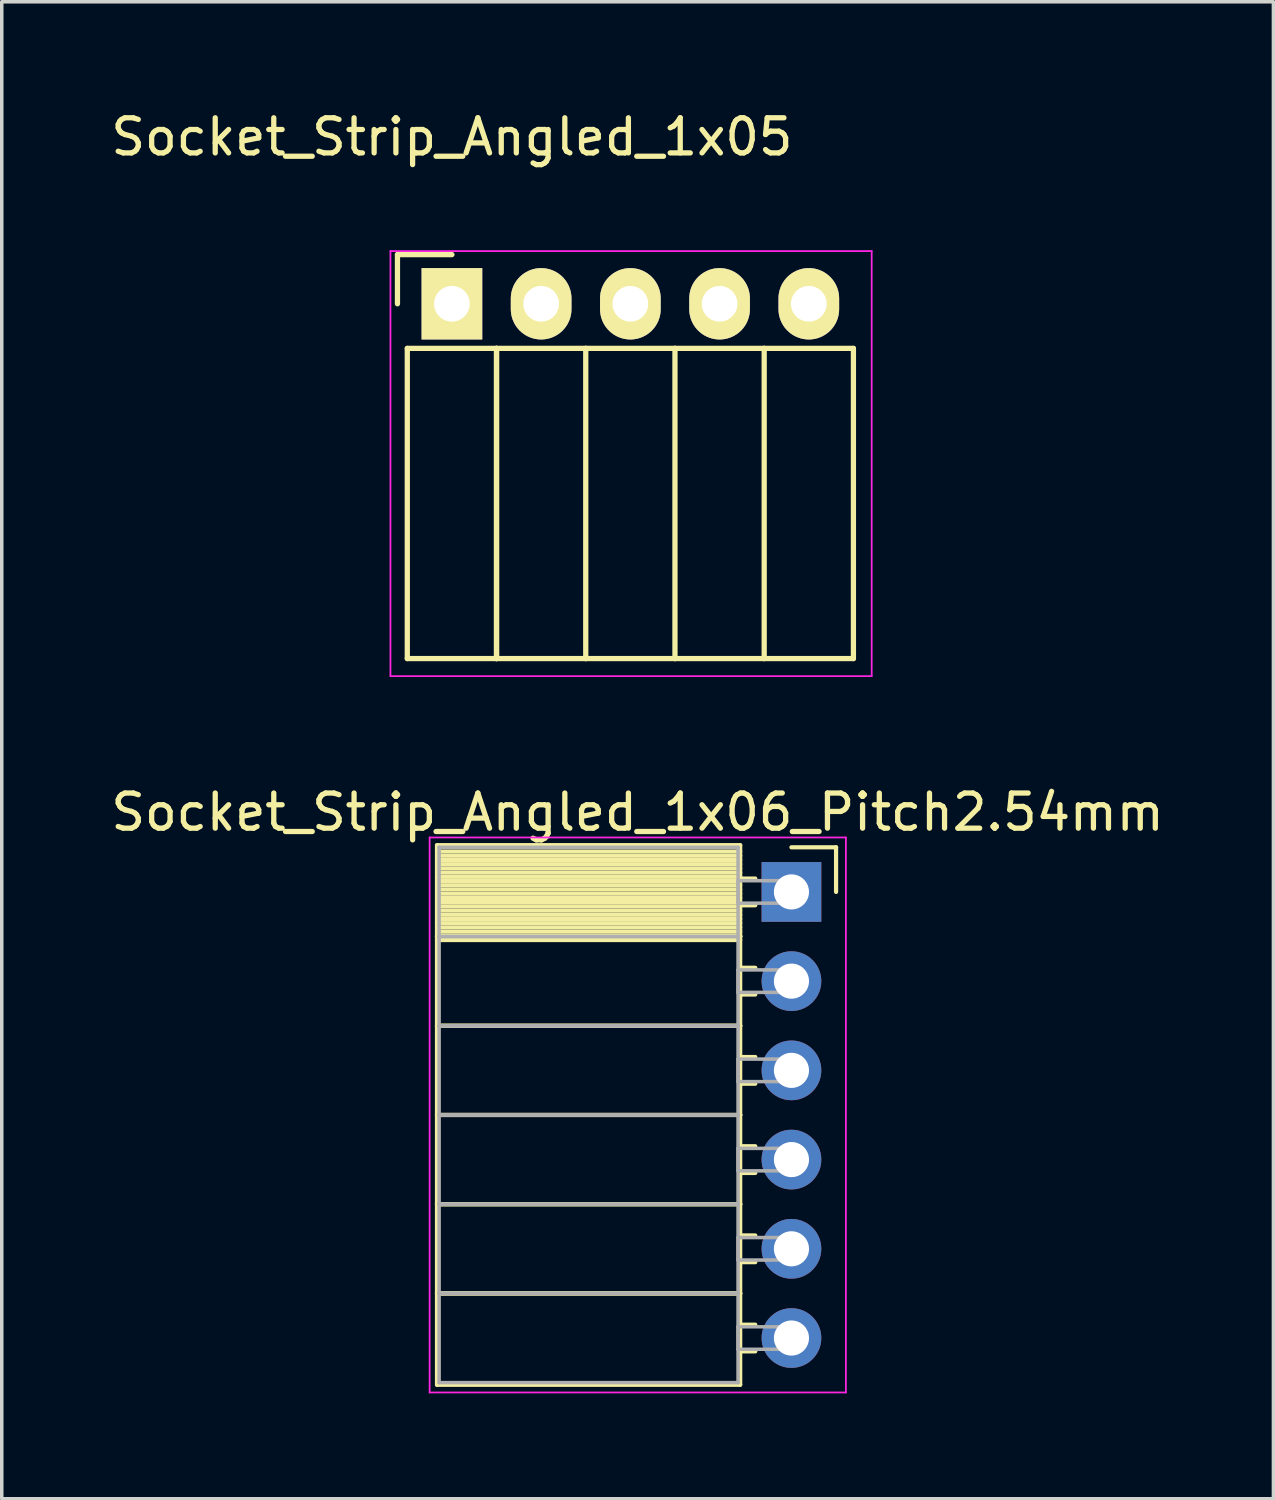
<source format=kicad_pcb>
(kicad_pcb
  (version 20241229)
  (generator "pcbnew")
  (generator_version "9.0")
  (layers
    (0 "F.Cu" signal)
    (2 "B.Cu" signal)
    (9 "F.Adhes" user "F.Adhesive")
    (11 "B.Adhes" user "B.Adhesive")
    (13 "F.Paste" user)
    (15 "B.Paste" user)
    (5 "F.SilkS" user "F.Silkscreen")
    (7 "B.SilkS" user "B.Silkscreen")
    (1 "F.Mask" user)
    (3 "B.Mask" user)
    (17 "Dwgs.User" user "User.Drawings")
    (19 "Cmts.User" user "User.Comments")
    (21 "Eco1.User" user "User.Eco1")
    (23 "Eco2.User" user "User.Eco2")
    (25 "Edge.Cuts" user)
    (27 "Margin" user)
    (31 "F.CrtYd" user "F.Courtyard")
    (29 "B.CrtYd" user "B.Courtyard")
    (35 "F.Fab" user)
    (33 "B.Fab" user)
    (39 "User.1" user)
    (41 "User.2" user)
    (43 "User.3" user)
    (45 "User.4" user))
  (footprint "Socket_Strip_Angled_1x05"
    (layer "F.Cu")
    (at 9.815 5.598)
    (property "Reference" "Socket_Strip_Angled_1x05" (at 0 -4.75 0) (layer "F.SilkS") (effects (font (size 1 1) (thickness 0.15))))
    (attr through_hole)
    (fp_line (start -1.55 -1.4) (end -1.55 0) (stroke (width 0.15) (type solid)) (layer "F.SilkS"))
    (fp_line (start -1.27 1.27) (end -1.27 10.1) (stroke (width 0.15) (type solid)) (layer "F.SilkS"))
    (fp_line (start -1.27 1.27) (end 1.27 1.27) (stroke (width 0.15) (type solid)) (layer "F.SilkS"))
    (fp_line (start -1.27 10.1) (end 1.27 10.1) (stroke (width 0.15) (type solid)) (layer "F.SilkS"))
    (fp_line (start 0 -1.4) (end -1.55 -1.4) (stroke (width 0.15) (type solid)) (layer "F.SilkS"))
    (fp_line (start 1.27 1.27) (end 1.27 10.1) (stroke (width 0.15) (type solid)) (layer "F.SilkS"))
    (fp_line (start 1.27 1.27) (end 3.81 1.27) (stroke (width 0.15) (type solid)) (layer "F.SilkS"))
    (fp_line (start 1.27 10.1) (end 1.27 1.27) (stroke (width 0.15) (type solid)) (layer "F.SilkS"))
    (fp_line (start 1.27 10.1) (end 3.81 10.1) (stroke (width 0.15) (type solid)) (layer "F.SilkS"))
    (fp_line (start 3.81 1.27) (end 6.35 1.27) (stroke (width 0.15) (type solid)) (layer "F.SilkS"))
    (fp_line (start 3.81 10.1) (end 3.81 1.27) (stroke (width 0.15) (type solid)) (layer "F.SilkS"))
    (fp_line (start 3.81 10.1) (end 6.35 10.1) (stroke (width 0.15) (type solid)) (layer "F.SilkS"))
    (fp_line (start 6.35 1.27) (end 8.89 1.27) (stroke (width 0.15) (type solid)) (layer "F.SilkS"))
    (fp_line (start 6.35 10.1) (end 6.35 1.27) (stroke (width 0.15) (type solid)) (layer "F.SilkS"))
    (fp_line (start 6.35 10.1) (end 8.89 10.1) (stroke (width 0.15) (type solid)) (layer "F.SilkS"))
    (fp_line (start 8.89 1.27) (end 11.43 1.27) (stroke (width 0.15) (type solid)) (layer "F.SilkS"))
    (fp_line (start 8.89 10.1) (end 8.89 1.27) (stroke (width 0.15) (type solid)) (layer "F.SilkS"))
    (fp_line (start 8.89 10.1) (end 11.43 10.1) (stroke (width 0.15) (type solid)) (layer "F.SilkS"))
    (fp_line (start 11.43 10.1) (end 11.43 1.27) (stroke (width 0.15) (type solid)) (layer "F.SilkS"))
    (fp_line (start -1.75 -1.5) (end -1.75 10.6) (stroke (width 0.05) (type solid)) (layer "F.CrtYd"))
    (fp_line (start -1.75 -1.5) (end 11.95 -1.5) (stroke (width 0.05) (type solid)) (layer "F.CrtYd"))
    (fp_line (start -1.75 10.6) (end 11.95 10.6) (stroke (width 0.05) (type solid)) (layer "F.CrtYd"))
    (fp_line (start 11.95 -1.5) (end 11.95 10.6) (stroke (width 0.05) (type solid)) (layer "F.CrtYd"))
    (pad "1" thru_hole rect (at 0 0) (size 1.727 2.032) (drill 1.016) (layers "*.Cu" "*.Mask" "F.SilkS"))
    (pad "2" thru_hole oval (at 2.54 0) (size 1.727 2.032) (drill 1.016) (layers "*.Cu" "*.Mask" "F.SilkS"))
    (pad "3" thru_hole oval (at 5.08 0) (size 1.727 2.032) (drill 1.016) (layers "*.Cu" "*.Mask" "F.SilkS"))
    (pad "4" thru_hole oval (at 7.62 0) (size 1.727 2.032) (drill 1.016) (layers "*.Cu" "*.Mask" "F.SilkS"))
    (pad "5" thru_hole oval (at 10.16 0) (size 1.727 2.032) (drill 1.016) (layers "*.Cu" "*.Mask" "F.SilkS")))
  (footprint "Socket_Strip_Angled_1x06_Pitch2.54mm"
    (layer "F.Cu")
    (at 19.481 22.341)
    (property "Reference" "Socket_Strip_Angled_1x06_Pitch2.54mm" (at -4.38 -2.27 0) (layer "F.SilkS") (effects (font (size 1 1) (thickness 0.15))))
    (attr through_hole)
    (fp_line (start -10.09 -1.33) (end -1.46 -1.33) (stroke (width 0.12) (type solid)) (layer "F.SilkS"))
    (fp_line (start -10.09 1.27) (end -10.09 -1.33) (stroke (width 0.12) (type solid)) (layer "F.SilkS"))
    (fp_line (start -10.09 1.27) (end -1.46 1.27) (stroke (width 0.12) (type solid)) (layer "F.SilkS"))
    (fp_line (start -10.09 3.81) (end -10.09 1.27) (stroke (width 0.12) (type solid)) (layer "F.SilkS"))
    (fp_line (start -10.09 3.81) (end -1.46 3.81) (stroke (width 0.12) (type solid)) (layer "F.SilkS"))
    (fp_line (start -10.09 6.35) (end -10.09 3.81) (stroke (width 0.12) (type solid)) (layer "F.SilkS"))
    (fp_line (start -10.09 6.35) (end -1.46 6.35) (stroke (width 0.12) (type solid)) (layer "F.SilkS"))
    (fp_line (start -10.09 8.89) (end -10.09 6.35) (stroke (width 0.12) (type solid)) (layer "F.SilkS"))
    (fp_line (start -10.09 8.89) (end -1.46 8.89) (stroke (width 0.12) (type solid)) (layer "F.SilkS"))
    (fp_line (start -10.09 11.43) (end -10.09 8.89) (stroke (width 0.12) (type solid)) (layer "F.SilkS"))
    (fp_line (start -10.09 11.43) (end -1.46 11.43) (stroke (width 0.12) (type solid)) (layer "F.SilkS"))
    (fp_line (start -10.09 14.03) (end -10.09 11.43) (stroke (width 0.12) (type solid)) (layer "F.SilkS"))
    (fp_line (start -1.46 -1.33) (end -1.46 1.27) (stroke (width 0.12) (type solid)) (layer "F.SilkS"))
    (fp_line (start -1.46 -1.15) (end -10.09 -1.15) (stroke (width 0.12) (type solid)) (layer "F.SilkS"))
    (fp_line (start -1.46 -1.03) (end -10.09 -1.03) (stroke (width 0.12) (type solid)) (layer "F.SilkS"))
    (fp_line (start -1.46 -0.91) (end -10.09 -0.91) (stroke (width 0.12) (type solid)) (layer "F.SilkS"))
    (fp_line (start -1.46 -0.79) (end -10.09 -0.79) (stroke (width 0.12) (type solid)) (layer "F.SilkS"))
    (fp_line (start -1.46 -0.67) (end -10.09 -0.67) (stroke (width 0.12) (type solid)) (layer "F.SilkS"))
    (fp_line (start -1.46 -0.55) (end -10.09 -0.55) (stroke (width 0.12) (type solid)) (layer "F.SilkS"))
    (fp_line (start -1.46 -0.43) (end -10.09 -0.43) (stroke (width 0.12) (type solid)) (layer "F.SilkS"))
    (fp_line (start -1.46 -0.31) (end -10.09 -0.31) (stroke (width 0.12) (type solid)) (layer "F.SilkS"))
    (fp_line (start -1.46 -0.19) (end -10.09 -0.19) (stroke (width 0.12) (type solid)) (layer "F.SilkS"))
    (fp_line (start -1.46 -0.07) (end -10.09 -0.07) (stroke (width 0.12) (type solid)) (layer "F.SilkS"))
    (fp_line (start -1.46 0.05) (end -10.09 0.05) (stroke (width 0.12) (type solid)) (layer "F.SilkS"))
    (fp_line (start -1.46 0.17) (end -10.09 0.17) (stroke (width 0.12) (type solid)) (layer "F.SilkS"))
    (fp_line (start -1.46 0.29) (end -10.09 0.29) (stroke (width 0.12) (type solid)) (layer "F.SilkS"))
    (fp_line (start -1.46 0.41) (end -10.09 0.41) (stroke (width 0.12) (type solid)) (layer "F.SilkS"))
    (fp_line (start -1.46 0.53) (end -10.09 0.53) (stroke (width 0.12) (type solid)) (layer "F.SilkS"))
    (fp_line (start -1.46 0.65) (end -10.09 0.65) (stroke (width 0.12) (type solid)) (layer "F.SilkS"))
    (fp_line (start -1.46 0.77) (end -10.09 0.77) (stroke (width 0.12) (type solid)) (layer "F.SilkS"))
    (fp_line (start -1.46 0.89) (end -10.09 0.89) (stroke (width 0.12) (type solid)) (layer "F.SilkS"))
    (fp_line (start -1.46 1.01) (end -10.09 1.01) (stroke (width 0.12) (type solid)) (layer "F.SilkS"))
    (fp_line (start -1.46 1.13) (end -10.09 1.13) (stroke (width 0.12) (type solid)) (layer "F.SilkS"))
    (fp_line (start -1.46 1.25) (end -10.09 1.25) (stroke (width 0.12) (type solid)) (layer "F.SilkS"))
    (fp_line (start -1.46 1.27) (end -10.09 1.27) (stroke (width 0.12) (type solid)) (layer "F.SilkS"))
    (fp_line (start -1.46 1.27) (end -1.46 3.81) (stroke (width 0.12) (type solid)) (layer "F.SilkS"))
    (fp_line (start -1.46 1.37) (end -10.09 1.37) (stroke (width 0.12) (type solid)) (layer "F.SilkS"))
    (fp_line (start -1.46 3.81) (end -10.09 3.81) (stroke (width 0.12) (type solid)) (layer "F.SilkS"))
    (fp_line (start -1.46 3.81) (end -1.46 6.35) (stroke (width 0.12) (type solid)) (layer "F.SilkS"))
    (fp_line (start -1.46 6.35) (end -10.09 6.35) (stroke (width 0.12) (type solid)) (layer "F.SilkS"))
    (fp_line (start -1.46 6.35) (end -1.46 8.89) (stroke (width 0.12) (type solid)) (layer "F.SilkS"))
    (fp_line (start -1.46 8.89) (end -10.09 8.89) (stroke (width 0.12) (type solid)) (layer "F.SilkS"))
    (fp_line (start -1.46 8.89) (end -1.46 11.43) (stroke (width 0.12) (type solid)) (layer "F.SilkS"))
    (fp_line (start -1.46 11.43) (end -10.09 11.43) (stroke (width 0.12) (type solid)) (layer "F.SilkS"))
    (fp_line (start -1.46 11.43) (end -1.46 14.03) (stroke (width 0.12) (type solid)) (layer "F.SilkS"))
    (fp_line (start -1.46 14.03) (end -10.09 14.03) (stroke (width 0.12) (type solid)) (layer "F.SilkS"))
    (fp_line (start -1.03 -0.38) (end -1.46 -0.38) (stroke (width 0.12) (type solid)) (layer "F.SilkS"))
    (fp_line (start -1.03 0.38) (end -1.46 0.38) (stroke (width 0.12) (type solid)) (layer "F.SilkS"))
    (fp_line (start -1.03 2.16) (end -1.46 2.16) (stroke (width 0.12) (type solid)) (layer "F.SilkS"))
    (fp_line (start -1.03 2.92) (end -1.46 2.92) (stroke (width 0.12) (type solid)) (layer "F.SilkS"))
    (fp_line (start -1.03 4.7) (end -1.46 4.7) (stroke (width 0.12) (type solid)) (layer "F.SilkS"))
    (fp_line (start -1.03 5.46) (end -1.46 5.46) (stroke (width 0.12) (type solid)) (layer "F.SilkS"))
    (fp_line (start -1.03 7.24) (end -1.46 7.24) (stroke (width 0.12) (type solid)) (layer "F.SilkS"))
    (fp_line (start -1.03 8) (end -1.46 8) (stroke (width 0.12) (type solid)) (layer "F.SilkS"))
    (fp_line (start -1.03 9.78) (end -1.46 9.78) (stroke (width 0.12) (type solid)) (layer "F.SilkS"))
    (fp_line (start -1.03 10.54) (end -1.46 10.54) (stroke (width 0.12) (type solid)) (layer "F.SilkS"))
    (fp_line (start -1.03 12.32) (end -1.46 12.32) (stroke (width 0.12) (type solid)) (layer "F.SilkS"))
    (fp_line (start -1.03 13.08) (end -1.46 13.08) (stroke (width 0.12) (type solid)) (layer "F.SilkS"))
    (fp_line (start 0 -1.27) (end 1.27 -1.27) (stroke (width 0.12) (type solid)) (layer "F.SilkS"))
    (fp_line (start 1.27 -1.27) (end 1.27 0) (stroke (width 0.12) (type solid)) (layer "F.SilkS"))
    (fp_line (start -10.3 -1.55) (end 1.55 -1.55) (stroke (width 0.05) (type solid)) (layer "F.CrtYd"))
    (fp_line (start -10.3 14.25) (end -10.3 -1.55) (stroke (width 0.05) (type solid)) (layer "F.CrtYd"))
    (fp_line (start 1.55 -1.55) (end 1.55 14.25) (stroke (width 0.05) (type solid)) (layer "F.CrtYd"))
    (fp_line (start 1.55 14.25) (end -10.3 14.25) (stroke (width 0.05) (type solid)) (layer "F.CrtYd"))
    (fp_line (start -10.03 -1.27) (end -1.52 -1.27) (stroke (width 0.1) (type solid)) (layer "F.Fab"))
    (fp_line (start -10.03 1.27) (end -10.03 -1.27) (stroke (width 0.1) (type solid)) (layer "F.Fab"))
    (fp_line (start -10.03 1.27) (end -1.52 1.27) (stroke (width 0.1) (type solid)) (layer "F.Fab"))
    (fp_line (start -10.03 3.81) (end -10.03 1.27) (stroke (width 0.1) (type solid)) (layer "F.Fab"))
    (fp_line (start -10.03 3.81) (end -1.52 3.81) (stroke (width 0.1) (type solid)) (layer "F.Fab"))
    (fp_line (start -10.03 6.35) (end -10.03 3.81) (stroke (width 0.1) (type solid)) (layer "F.Fab"))
    (fp_line (start -10.03 6.35) (end -1.52 6.35) (stroke (width 0.1) (type solid)) (layer "F.Fab"))
    (fp_line (start -10.03 8.89) (end -10.03 6.35) (stroke (width 0.1) (type solid)) (layer "F.Fab"))
    (fp_line (start -10.03 8.89) (end -1.52 8.89) (stroke (width 0.1) (type solid)) (layer "F.Fab"))
    (fp_line (start -10.03 11.43) (end -10.03 8.89) (stroke (width 0.1) (type solid)) (layer "F.Fab"))
    (fp_line (start -10.03 11.43) (end -1.52 11.43) (stroke (width 0.1) (type solid)) (layer "F.Fab"))
    (fp_line (start -10.03 13.97) (end -10.03 11.43) (stroke (width 0.1) (type solid)) (layer "F.Fab"))
    (fp_line (start -1.52 -1.27) (end -1.52 1.27) (stroke (width 0.1) (type solid)) (layer "F.Fab"))
    (fp_line (start -1.52 -0.32) (end 0 -0.32) (stroke (width 0.1) (type solid)) (layer "F.Fab"))
    (fp_line (start -1.52 0.32) (end -1.52 -0.32) (stroke (width 0.1) (type solid)) (layer "F.Fab"))
    (fp_line (start -1.52 1.27) (end -10.03 1.27) (stroke (width 0.1) (type solid)) (layer "F.Fab"))
    (fp_line (start -1.52 1.27) (end -1.52 3.81) (stroke (width 0.1) (type solid)) (layer "F.Fab"))
    (fp_line (start -1.52 2.22) (end 0 2.22) (stroke (width 0.1) (type solid)) (layer "F.Fab"))
    (fp_line (start -1.52 2.86) (end -1.52 2.22) (stroke (width 0.1) (type solid)) (layer "F.Fab"))
    (fp_line (start -1.52 3.81) (end -10.03 3.81) (stroke (width 0.1) (type solid)) (layer "F.Fab"))
    (fp_line (start -1.52 3.81) (end -1.52 6.35) (stroke (width 0.1) (type solid)) (layer "F.Fab"))
    (fp_line (start -1.52 4.76) (end 0 4.76) (stroke (width 0.1) (type solid)) (layer "F.Fab"))
    (fp_line (start -1.52 5.4) (end -1.52 4.76) (stroke (width 0.1) (type solid)) (layer "F.Fab"))
    (fp_line (start -1.52 6.35) (end -10.03 6.35) (stroke (width 0.1) (type solid)) (layer "F.Fab"))
    (fp_line (start -1.52 6.35) (end -1.52 8.89) (stroke (width 0.1) (type solid)) (layer "F.Fab"))
    (fp_line (start -1.52 7.3) (end 0 7.3) (stroke (width 0.1) (type solid)) (layer "F.Fab"))
    (fp_line (start -1.52 7.94) (end -1.52 7.3) (stroke (width 0.1) (type solid)) (layer "F.Fab"))
    (fp_line (start -1.52 8.89) (end -10.03 8.89) (stroke (width 0.1) (type solid)) (layer "F.Fab"))
    (fp_line (start -1.52 8.89) (end -1.52 11.43) (stroke (width 0.1) (type solid)) (layer "F.Fab"))
    (fp_line (start -1.52 9.84) (end 0 9.84) (stroke (width 0.1) (type solid)) (layer "F.Fab"))
    (fp_line (start -1.52 10.48) (end -1.52 9.84) (stroke (width 0.1) (type solid)) (layer "F.Fab"))
    (fp_line (start -1.52 11.43) (end -10.03 11.43) (stroke (width 0.1) (type solid)) (layer "F.Fab"))
    (fp_line (start -1.52 11.43) (end -1.52 13.97) (stroke (width 0.1) (type solid)) (layer "F.Fab"))
    (fp_line (start -1.52 12.38) (end 0 12.38) (stroke (width 0.1) (type solid)) (layer "F.Fab"))
    (fp_line (start -1.52 13.02) (end -1.52 12.38) (stroke (width 0.1) (type solid)) (layer "F.Fab"))
    (fp_line (start -1.52 13.97) (end -10.03 13.97) (stroke (width 0.1) (type solid)) (layer "F.Fab"))
    (fp_line (start 0 -0.32) (end 0 0.32) (stroke (width 0.1) (type solid)) (layer "F.Fab"))
    (fp_line (start 0 0.32) (end -1.52 0.32) (stroke (width 0.1) (type solid)) (layer "F.Fab"))
    (fp_line (start 0 2.22) (end 0 2.86) (stroke (width 0.1) (type solid)) (layer "F.Fab"))
    (fp_line (start 0 2.86) (end -1.52 2.86) (stroke (width 0.1) (type solid)) (layer "F.Fab"))
    (fp_line (start 0 4.76) (end 0 5.4) (stroke (width 0.1) (type solid)) (layer "F.Fab"))
    (fp_line (start 0 5.4) (end -1.52 5.4) (stroke (width 0.1) (type solid)) (layer "F.Fab"))
    (fp_line (start 0 7.3) (end 0 7.94) (stroke (width 0.1) (type solid)) (layer "F.Fab"))
    (fp_line (start 0 7.94) (end -1.52 7.94) (stroke (width 0.1) (type solid)) (layer "F.Fab"))
    (fp_line (start 0 9.84) (end 0 10.48) (stroke (width 0.1) (type solid)) (layer "F.Fab"))
    (fp_line (start 0 10.48) (end -1.52 10.48) (stroke (width 0.1) (type solid)) (layer "F.Fab"))
    (fp_line (start 0 12.38) (end 0 13.02) (stroke (width 0.1) (type solid)) (layer "F.Fab"))
    (fp_line (start 0 13.02) (end -1.52 13.02) (stroke (width 0.1) (type solid)) (layer "F.Fab"))
    (pad "1" thru_hole rect (at 0 0) (size 1.7 1.7) (drill 1) (layers "*.Cu" "*.Mask"))
    (pad "2" thru_hole oval (at 0 2.54) (size 1.7 1.7) (drill 1) (layers "*.Cu" "*.Mask"))
    (pad "3" thru_hole oval (at 0 5.08) (size 1.7 1.7) (drill 1) (layers "*.Cu" "*.Mask"))
    (pad "4" thru_hole oval (at 0 7.62) (size 1.7 1.7) (drill 1) (layers "*.Cu" "*.Mask"))
    (pad "5" thru_hole oval (at 0 10.16) (size 1.7 1.7) (drill 1) (layers "*.Cu" "*.Mask"))
    (pad "6" thru_hole oval (at 0 12.7) (size 1.7 1.7) (drill 1) (layers "*.Cu" "*.Mask")))
  (gr_rect
    (start -3 -3)
    (end 33.202 39.617)
    (stroke (width 0.1) (type default))
    (fill no)
    (layer "Edge.Cuts")))
</source>
